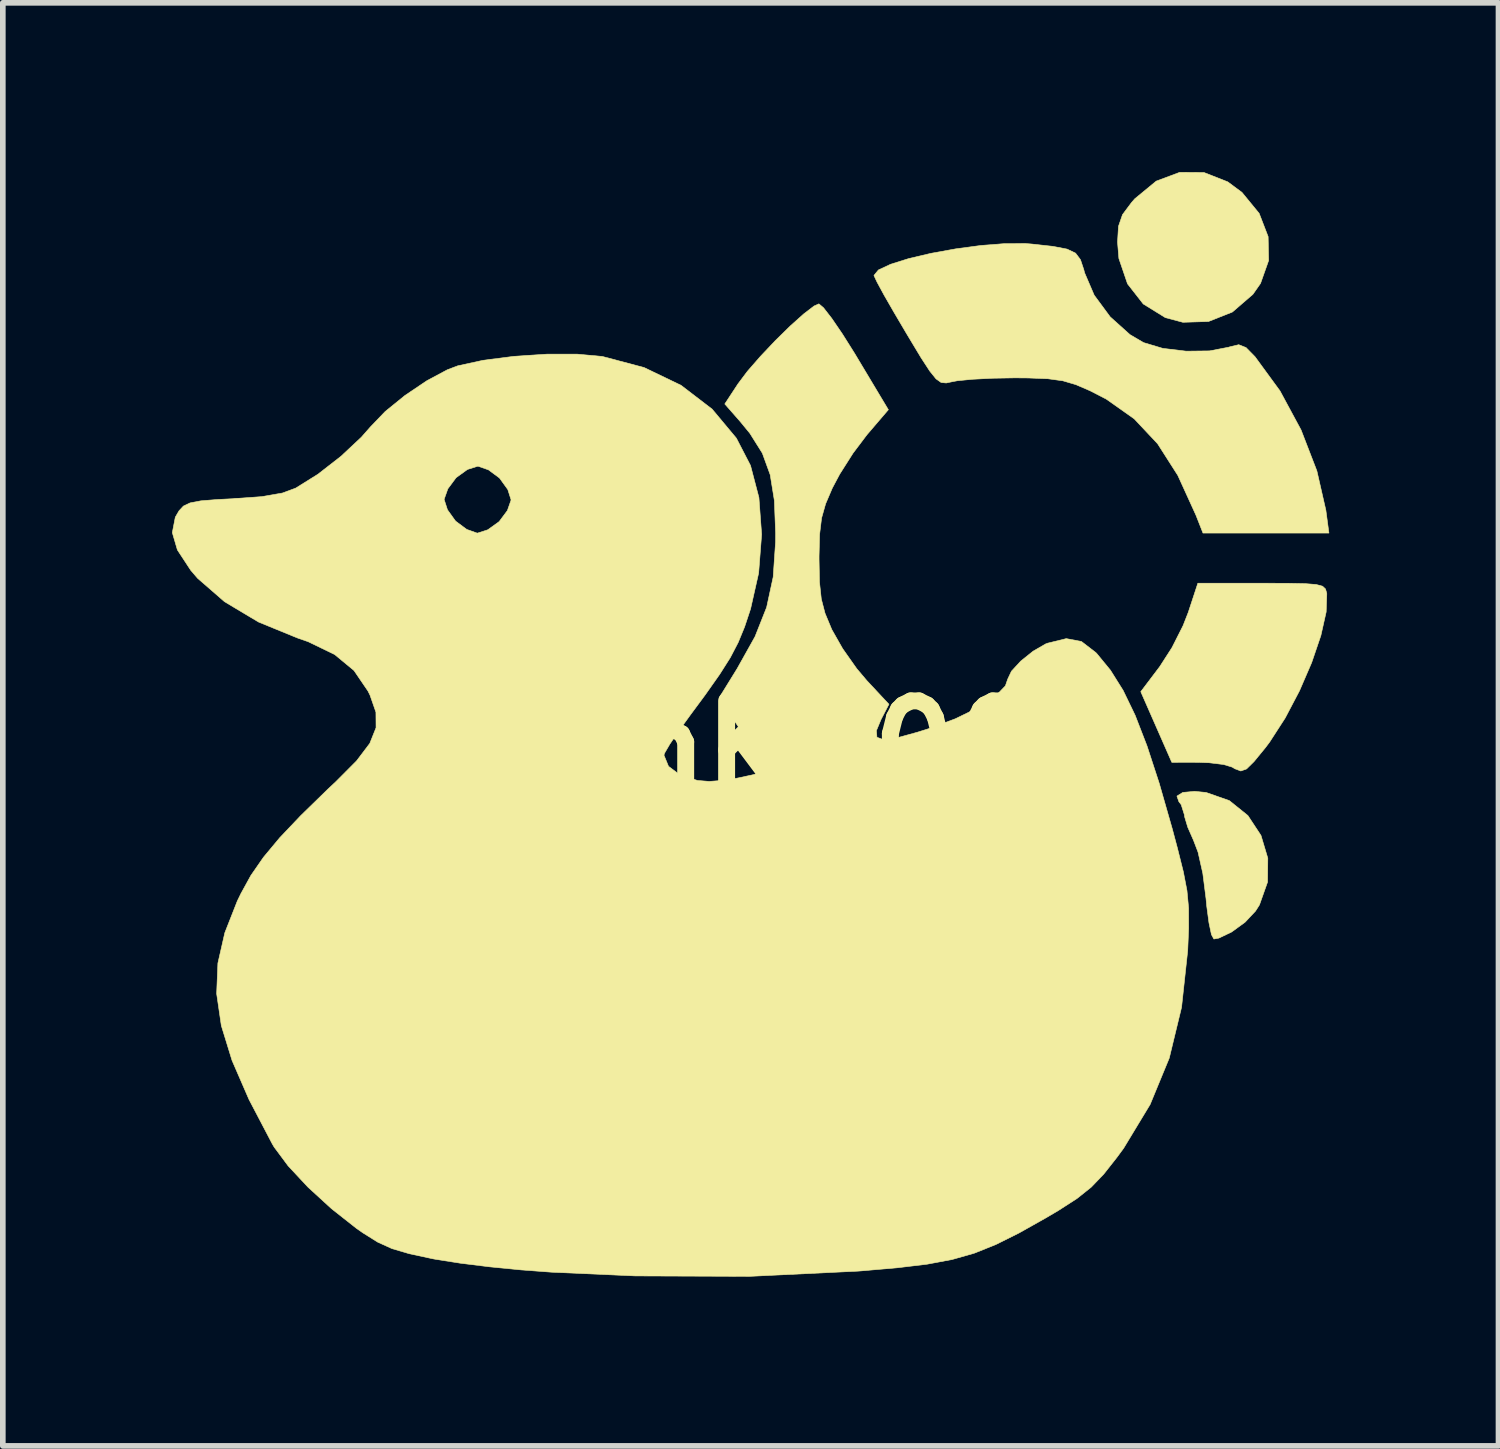
<source format=kicad_pcb>
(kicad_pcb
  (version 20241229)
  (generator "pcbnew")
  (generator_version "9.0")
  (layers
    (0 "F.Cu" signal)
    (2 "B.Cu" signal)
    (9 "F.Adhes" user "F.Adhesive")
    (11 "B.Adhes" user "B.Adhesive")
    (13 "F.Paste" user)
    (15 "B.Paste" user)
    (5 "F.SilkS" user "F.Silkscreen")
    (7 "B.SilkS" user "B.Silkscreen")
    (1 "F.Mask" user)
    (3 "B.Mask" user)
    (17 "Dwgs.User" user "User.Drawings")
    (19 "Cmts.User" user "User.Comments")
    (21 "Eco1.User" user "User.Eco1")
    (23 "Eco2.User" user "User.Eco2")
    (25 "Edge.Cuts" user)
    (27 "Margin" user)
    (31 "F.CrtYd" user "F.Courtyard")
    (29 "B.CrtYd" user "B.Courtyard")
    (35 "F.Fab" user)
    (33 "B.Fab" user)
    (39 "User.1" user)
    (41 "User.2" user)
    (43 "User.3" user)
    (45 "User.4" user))
  (footprint "GoInK300"
    (layer "F.Cu")
    (at 9.905 10.211)
    (property "Reference" "GoInK300" (at 0 0 0) (layer "F.SilkS") (effects (font (size 1.524 1.524) (thickness 0.3))))
    (attr through_hole)
    (fp_poly (pts (xy 8.39 -10.203) (xy 8.812 -10.037) (xy 9.064 -9.85) (xy 9.369 -9.478) (xy 9.528 -9.066) (xy 9.537 -8.643) (xy 9.393 -8.236) (xy 9.258 -8.043) (xy 8.894 -7.729) (xy 8.47 -7.561) (xy 8.017 -7.547) (xy 7.705 -7.63) (xy 7.314 -7.872) (xy 7.035 -8.229) (xy 6.882 -8.678) (xy 6.858 -8.97) (xy 6.875 -9.249) (xy 6.946 -9.456) (xy 7.106 -9.67) (xy 7.163 -9.736) (xy 7.544 -10.05) (xy 7.961 -10.206) (xy 8.39 -10.203)) (stroke (width 0.01) (type solid)) (fill yes) (layer "F.SilkS"))
    (fp_poly (pts (xy 8.429 0.789) (xy 8.84 0.933) (xy 9.169 1.198) (xy 9.401 1.55) (xy 9.522 1.954) (xy 9.518 2.376) (xy 9.374 2.782) (xy 9.304 2.892) (xy 9.118 3.09) (xy 8.88 3.263) (xy 8.654 3.371) (xy 8.566 3.387) (xy 8.523 3.309) (xy 8.479 3.1) (xy 8.439 2.801) (xy 8.427 2.671) (xy 8.37 2.223) (xy 8.285 1.846) (xy 8.205 1.637) (xy 8.103 1.405) (xy 8.047 1.219) (xy 8.043 1.184) (xy 7.987 1.006) (xy 7.945 0.951) (xy 7.911 0.853) (xy 8.015 0.788) (xy 8.225 0.769) (xy 8.429 0.789)) (stroke (width 0.01) (type solid)) (fill yes) (layer "F.SilkS"))
    (fp_poly (pts (xy 9.867 -2.92) (xy 10.181 -2.914) (xy 10.381 -2.898) (xy 10.493 -2.868) (xy 10.545 -2.819) (xy 10.566 -2.748) (xy 10.568 -2.733) (xy 10.557 -2.412) (xy 10.463 -1.993) (xy 10.3 -1.514) (xy 10.084 -1.014) (xy 9.83 -0.531) (xy 9.554 -0.104) (xy 9.477 -0.002) (xy 9.277 0.242) (xy 9.145 0.372) (xy 9.044 0.408) (xy 8.939 0.369) (xy 8.89 0.339) (xy 8.738 0.293) (xy 8.483 0.262) (xy 8.291 0.255) (xy 7.82 0.254) (xy 7.545 -0.372) (xy 7.27 -0.998) (xy 7.606 -1.442) (xy 7.823 -1.779) (xy 8.02 -2.169) (xy 8.112 -2.404) (xy 8.282 -2.921) (xy 9.411 -2.921) (xy 9.867 -2.92)) (stroke (width 0.01) (type solid)) (fill yes) (layer "F.SilkS"))
    (fp_poly (pts (xy 5.332 -8.935) (xy 5.714 -8.893) (xy 5.963 -8.845) (xy 6.114 -8.773) (xy 6.201 -8.657) (xy 6.26 -8.48) (xy 6.274 -8.424) (xy 6.444 -8.028) (xy 6.728 -7.643) (xy 7.079 -7.328) (xy 7.319 -7.187) (xy 7.66 -7.085) (xy 8.075 -7.035) (xy 8.489 -7.04) (xy 8.827 -7.105) (xy 8.848 -7.112) (xy 9.007 -7.15) (xy 9.136 -7.099) (xy 9.298 -6.934) (xy 9.298 -6.933) (xy 9.738 -6.331) (xy 10.112 -5.638) (xy 10.392 -4.913) (xy 10.552 -4.213) (xy 10.552 -4.212) (xy 10.606 -3.81) (xy 8.373 -3.81) (xy 8.248 -4.128) (xy 7.927 -4.832) (xy 7.569 -5.393) (xy 7.154 -5.835) (xy 6.66 -6.184) (xy 6.371 -6.333) (xy 6.118 -6.442) (xy 5.887 -6.51) (xy 5.625 -6.546) (xy 5.276 -6.56) (xy 5.038 -6.562) (xy 4.644 -6.555) (xy 4.288 -6.537) (xy 4.02 -6.511) (xy 3.929 -6.494) (xy 3.82 -6.471) (xy 3.73 -6.48) (xy 3.64 -6.544) (xy 3.528 -6.683) (xy 3.374 -6.92) (xy 3.159 -7.277) (xy 3.104 -7.369) (xy 2.893 -7.727) (xy 2.717 -8.033) (xy 2.595 -8.258) (xy 2.541 -8.373) (xy 2.54 -8.379) (xy 2.619 -8.475) (xy 2.835 -8.576) (xy 3.157 -8.677) (xy 3.552 -8.77) (xy 3.989 -8.849) (xy 4.435 -8.909) (xy 4.859 -8.942) (xy 5.23 -8.943) (xy 5.332 -8.935)) (stroke (width 0.01) (type solid)) (fill yes) (layer "F.SilkS"))
    (fp_poly (pts (xy 1.645 -7.805) (xy 1.791 -7.617) (xy 1.982 -7.337) (xy 2.199 -6.992) (xy 2.233 -6.935) (xy 2.795 -5.997) (xy 2.415 -5.553) (xy 2.169 -5.227) (xy 1.932 -4.854) (xy 1.801 -4.607) (xy 1.682 -4.328) (xy 1.611 -4.077) (xy 1.576 -3.789) (xy 1.566 -3.403) (xy 1.566 -3.344) (xy 1.574 -2.939) (xy 1.606 -2.641) (xy 1.672 -2.388) (xy 1.784 -2.119) (xy 1.793 -2.098) (xy 1.983 -1.763) (xy 2.233 -1.408) (xy 2.413 -1.195) (xy 2.805 -0.775) (xy 2.665 -0.505) (xy 2.583 -0.308) (xy 2.592 -0.19) (xy 2.705 -0.148) (xy 2.94 -0.178) (xy 3.309 -0.279) (xy 3.503 -0.34) (xy 3.981 -0.517) (xy 4.384 -0.713) (xy 4.689 -0.913) (xy 4.87 -1.102) (xy 4.911 -1.221) (xy 4.977 -1.361) (xy 5.143 -1.541) (xy 5.361 -1.716) (xy 5.584 -1.845) (xy 5.615 -1.857) (xy 5.949 -1.939) (xy 6.218 -1.888) (xy 6.473 -1.692) (xy 6.492 -1.672) (xy 6.733 -1.378) (xy 6.957 -1.021) (xy 7.17 -0.58) (xy 7.38 -0.038) (xy 7.597 0.626) (xy 7.828 1.432) (xy 7.919 1.773) (xy 8.025 2.196) (xy 8.089 2.529) (xy 8.118 2.84) (xy 8.119 3.195) (xy 8.102 3.592) (xy 7.993 4.598) (xy 7.775 5.498) (xy 7.436 6.32) (xy 6.967 7.095) (xy 6.849 7.256) (xy 6.613 7.556) (xy 6.392 7.786) (xy 6.139 7.988) (xy 5.807 8.202) (xy 5.581 8.335) (xy 5.108 8.601) (xy 4.7 8.804) (xy 4.319 8.957) (xy 3.926 9.069) (xy 3.483 9.152) (xy 2.95 9.216) (xy 2.288 9.273) (xy 2.244 9.276) (xy 0.332 9.368) (xy -1.692 9.36) (xy -3.175 9.294) (xy -3.711 9.254) (xy -4.272 9.199) (xy -4.797 9.134) (xy -5.223 9.067) (xy -5.278 9.057) (xy -5.697 8.967) (xy -6.006 8.876) (xy -6.261 8.76) (xy -6.521 8.597) (xy -6.633 8.519) (xy -7.078 8.168) (xy -7.495 7.786) (xy -7.846 7.41) (xy -8.095 7.075) (xy -8.127 7.021) (xy -8.541 6.231) (xy -8.841 5.54) (xy -9.031 4.923) (xy -9.114 4.356) (xy -9.092 3.815) (xy -8.969 3.276) (xy -8.748 2.714) (xy -8.684 2.582) (xy -8.507 2.26) (xy -8.284 1.938) (xy -7.997 1.593) (xy -7.623 1.199) (xy -7.143 0.731) (xy -6.999 0.596) (xy -6.632 0.227) (xy -6.399 -0.081) (xy -6.288 -0.359) (xy -6.29 -0.634) (xy -6.395 -0.936) (xy -6.431 -1.009) (xy -6.679 -1.373) (xy -7.022 -1.657) (xy -7.491 -1.884) (xy -7.681 -1.95) (xy -8.372 -2.233) (xy -8.974 -2.593) (xy -9.451 -3.008) (xy -9.573 -3.15) (xy -9.81 -3.511) (xy -9.9 -3.818) (xy -9.847 -4.092) (xy -9.781 -4.205) (xy -9.703 -4.289) (xy -9.585 -4.345) (xy -9.392 -4.382) (xy -9.129 -4.403) (xy -5.08 -4.403) (xy -5.022 -4.223) (xy -4.883 -4.029) (xy -4.872 -4.018) (xy -4.68 -3.875) (xy -4.497 -3.81) (xy -4.487 -3.81) (xy -4.308 -3.868) (xy -4.114 -4.007) (xy -4.102 -4.018) (xy -3.959 -4.21) (xy -3.895 -4.393) (xy -3.895 -4.403) (xy -3.952 -4.582) (xy -4.092 -4.776) (xy -4.102 -4.788) (xy -4.295 -4.931) (xy -4.478 -4.995) (xy -4.487 -4.995) (xy -4.667 -4.938) (xy -4.861 -4.798) (xy -4.872 -4.788) (xy -5.015 -4.595) (xy -5.08 -4.412) (xy -5.08 -4.403) (xy -9.129 -4.403) (xy -9.088 -4.406) (xy -8.829 -4.419) (xy -8.317 -4.456) (xy -7.948 -4.52) (xy -7.713 -4.607) (xy -7.319 -4.853) (xy -6.909 -5.172) (xy -6.549 -5.509) (xy -6.387 -5.693) (xy -6.126 -5.965) (xy -5.775 -6.25) (xy -5.389 -6.51) (xy -5.025 -6.705) (xy -4.841 -6.775) (xy -4.387 -6.874) (xy -3.839 -6.944) (xy -3.261 -6.982) (xy -2.718 -6.982) (xy -2.275 -6.941) (xy -1.536 -6.745) (xy -0.881 -6.43) (xy -0.33 -6.008) (xy 0.1 -5.493) (xy 0.351 -5.008) (xy 0.5 -4.439) (xy 0.548 -3.786) (xy 0.495 -3.101) (xy 0.352 -2.466) (xy 0.246 -2.147) (xy 0.133 -1.872) (xy -0.007 -1.603) (xy -0.196 -1.305) (xy -0.454 -0.939) (xy -0.71 -0.593) (xy -0.917 -0.307) (xy -1.079 -0.069) (xy -1.171 0.089) (xy -1.184 0.127) (xy -1.103 0.325) (xy -0.892 0.483) (xy -0.589 0.576) (xy -0.382 0.593) (xy -0.157 0.576) (xy 0.113 0.535) (xy 0.376 0.479) (xy 0.58 0.421) (xy 0.676 0.37) (xy 0.677 0.364) (xy 0.629 0.282) (xy 0.504 0.112) (xy 0.394 -0.028) (xy 0.196 -0.289) (xy 0.019 -0.547) (xy -0.041 -0.645) (xy -0.193 -0.91) (xy 0.114 -1.407) (xy 0.431 -1.974) (xy 0.637 -2.494) (xy 0.753 -3.031) (xy 0.795 -3.65) (xy 0.796 -3.81) (xy 0.774 -4.387) (xy 0.7 -4.844) (xy 0.561 -5.226) (xy 0.34 -5.578) (xy 0.167 -5.789) (xy -0.105 -6.099) (xy 0.13 -6.457) (xy 0.296 -6.678) (xy 0.526 -6.942) (xy 0.789 -7.22) (xy 1.055 -7.481) (xy 1.295 -7.696) (xy 1.478 -7.836) (xy 1.563 -7.874) (xy 1.645 -7.805)) (stroke (width 0.01) (type solid)) (fill yes) (layer "F.SilkS")))
  (gr_rect
    (start -3 -3)
    (end 23.517 22.585)
    (stroke (width 0.1) (type default))
    (fill no)
    (layer "Edge.Cuts")))
</source>
